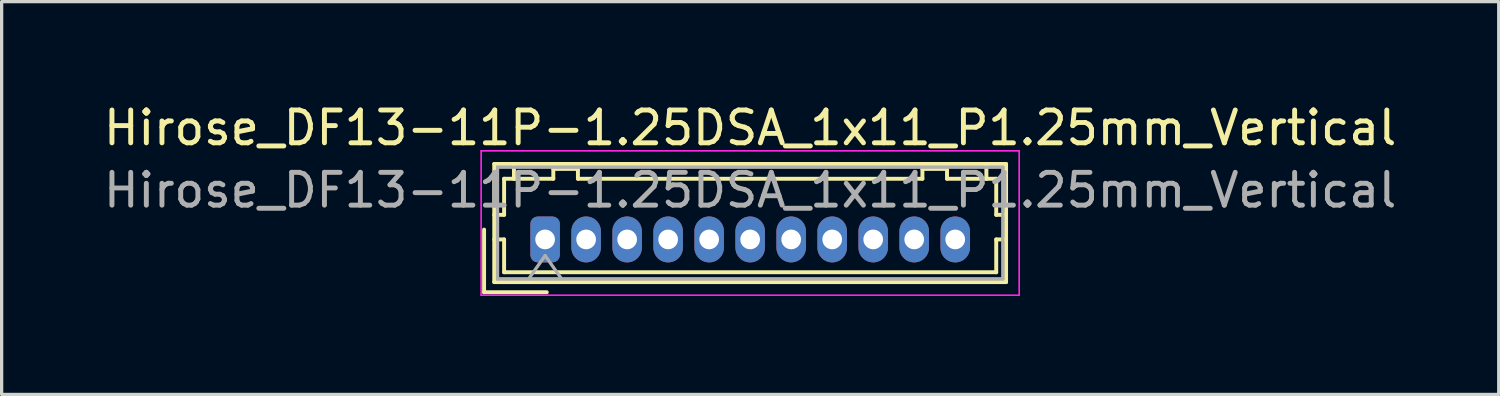
<source format=kicad_pcb>
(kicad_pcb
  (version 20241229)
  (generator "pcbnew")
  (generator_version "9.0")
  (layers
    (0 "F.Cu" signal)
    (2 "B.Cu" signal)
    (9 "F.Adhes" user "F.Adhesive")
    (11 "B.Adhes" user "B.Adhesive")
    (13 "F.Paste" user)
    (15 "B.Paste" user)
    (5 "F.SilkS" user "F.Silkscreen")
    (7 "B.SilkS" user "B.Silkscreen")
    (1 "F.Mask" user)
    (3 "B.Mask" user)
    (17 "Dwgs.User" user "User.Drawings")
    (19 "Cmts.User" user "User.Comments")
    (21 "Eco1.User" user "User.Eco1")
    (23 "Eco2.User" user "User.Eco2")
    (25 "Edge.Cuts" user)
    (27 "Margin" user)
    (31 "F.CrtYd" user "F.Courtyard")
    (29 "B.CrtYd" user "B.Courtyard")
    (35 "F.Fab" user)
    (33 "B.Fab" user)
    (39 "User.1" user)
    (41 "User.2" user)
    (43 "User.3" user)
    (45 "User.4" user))
  (footprint "Hirose_DF13-11P-1.25DSA_1x11_P1.25mm_Vertical"
    (layer "F.Cu")
    (at 13.565 4.248)
    (property "Reference" "Hirose_DF13-11P-1.25DSA_1x11_P1.25mm_Vertical" (at 6.25 -3.4 0) (layer "F.SilkS") (effects (font (size 1 1) (thickness 0.15))))
    (attr through_hole)
    (fp_line (start -1.86 -0.3) (end -1.86 1.61) (stroke (width 0.12) (type solid)) (layer "F.SilkS"))
    (fp_line (start -1.86 1.61) (end 0.05 1.61) (stroke (width 0.12) (type solid)) (layer "F.SilkS"))
    (fp_line (start -1.55 -2.3) (end -1.55 1.3) (stroke (width 0.12) (type solid)) (layer "F.SilkS"))
    (fp_line (start -1.55 -0.75) (end -1.25 -0.75) (stroke (width 0.12) (type solid)) (layer "F.SilkS"))
    (fp_line (start -1.55 0) (end -1.25 0) (stroke (width 0.12) (type solid)) (layer "F.SilkS"))
    (fp_line (start -1.55 1.3) (end 14.05 1.3) (stroke (width 0.12) (type solid)) (layer "F.SilkS"))
    (fp_line (start -1.25 -1.85) (end -0.95 -1.85) (stroke (width 0.12) (type solid)) (layer "F.SilkS"))
    (fp_line (start -1.25 -0.75) (end -1.25 -1.85) (stroke (width 0.12) (type solid)) (layer "F.SilkS"))
    (fp_line (start -1.25 0) (end -1.25 1) (stroke (width 0.12) (type solid)) (layer "F.SilkS"))
    (fp_line (start -1.25 1) (end 13.75 1) (stroke (width 0.12) (type solid)) (layer "F.SilkS"))
    (fp_line (start -0.95 -1.85) (end -0.95 -2.3) (stroke (width 0.12) (type solid)) (layer "F.SilkS"))
    (fp_line (start -0.95 -1.85) (end 0.25 -1.85) (stroke (width 0.12) (type solid)) (layer "F.SilkS"))
    (fp_line (start 0.25 -2.15) (end 1 -2.15) (stroke (width 0.12) (type solid)) (layer "F.SilkS"))
    (fp_line (start 0.25 -1.85) (end 0.25 -2.15) (stroke (width 0.12) (type solid)) (layer "F.SilkS"))
    (fp_line (start 1 -2.15) (end 1 -1.85) (stroke (width 0.12) (type solid)) (layer "F.SilkS"))
    (fp_line (start 1 -1.85) (end 11.5 -1.85) (stroke (width 0.12) (type solid)) (layer "F.SilkS"))
    (fp_line (start 11.5 -2.15) (end 12.25 -2.15) (stroke (width 0.12) (type solid)) (layer "F.SilkS"))
    (fp_line (start 11.5 -1.85) (end 11.5 -2.15) (stroke (width 0.12) (type solid)) (layer "F.SilkS"))
    (fp_line (start 12.25 -2.15) (end 12.25 -1.85) (stroke (width 0.12) (type solid)) (layer "F.SilkS"))
    (fp_line (start 12.25 -1.85) (end 13.45 -1.85) (stroke (width 0.12) (type solid)) (layer "F.SilkS"))
    (fp_line (start 13.45 -1.85) (end 13.45 -2.3) (stroke (width 0.12) (type solid)) (layer "F.SilkS"))
    (fp_line (start 13.75 -1.85) (end 13.45 -1.85) (stroke (width 0.12) (type solid)) (layer "F.SilkS"))
    (fp_line (start 13.75 -0.75) (end 13.75 -1.85) (stroke (width 0.12) (type solid)) (layer "F.SilkS"))
    (fp_line (start 13.75 0) (end 14.05 0) (stroke (width 0.12) (type solid)) (layer "F.SilkS"))
    (fp_line (start 13.75 1) (end 13.75 0) (stroke (width 0.12) (type solid)) (layer "F.SilkS"))
    (fp_line (start 14.05 -2.3) (end -1.55 -2.3) (stroke (width 0.12) (type solid)) (layer "F.SilkS"))
    (fp_line (start 14.05 -0.75) (end 13.75 -0.75) (stroke (width 0.12) (type solid)) (layer "F.SilkS"))
    (fp_line (start 14.05 1.3) (end 14.05 -2.3) (stroke (width 0.12) (type solid)) (layer "F.SilkS"))
    (fp_line (start -1.95 -2.7) (end -1.95 1.7) (stroke (width 0.05) (type solid)) (layer "F.CrtYd"))
    (fp_line (start -1.95 1.7) (end 14.45 1.7) (stroke (width 0.05) (type solid)) (layer "F.CrtYd"))
    (fp_line (start 14.45 -2.7) (end -1.95 -2.7) (stroke (width 0.05) (type solid)) (layer "F.CrtYd"))
    (fp_line (start 14.45 1.7) (end 14.45 -2.7) (stroke (width 0.05) (type solid)) (layer "F.CrtYd"))
    (fp_line (start -1.45 -2.2) (end -1.45 1.2) (stroke (width 0.1) (type solid)) (layer "F.Fab"))
    (fp_line (start -1.45 1.2) (end 13.95 1.2) (stroke (width 0.1) (type solid)) (layer "F.Fab"))
    (fp_line (start -0.5 1.2) (end 0 0.493) (stroke (width 0.1) (type solid)) (layer "F.Fab"))
    (fp_line (start 0 0.493) (end 0.5 1.2) (stroke (width 0.1) (type solid)) (layer "F.Fab"))
    (fp_line (start 13.95 -2.2) (end -1.45 -2.2) (stroke (width 0.1) (type solid)) (layer "F.Fab"))
    (fp_line (start 13.95 1.2) (end 13.95 -2.2) (stroke (width 0.1) (type solid)) (layer "F.Fab"))
    (fp_text user "${REFERENCE}" (at 6.25 -1.5 0) (layer "F.Fab") (effects (font (size 1 1) (thickness 0.15))))
    (pad "1" thru_hole roundrect (at 0 0) (size 0.9 1.4) (drill 0.6) (layers "*.Cu" "*.Mask") (roundrect_rratio 0.25))
    (pad "2" thru_hole oval (at 1.25 0) (size 0.9 1.4) (drill 0.6) (layers "*.Cu" "*.Mask"))
    (pad "3" thru_hole oval (at 2.5 0) (size 0.9 1.4) (drill 0.6) (layers "*.Cu" "*.Mask"))
    (pad "4" thru_hole oval (at 3.75 0) (size 0.9 1.4) (drill 0.6) (layers "*.Cu" "*.Mask"))
    (pad "5" thru_hole oval (at 5 0) (size 0.9 1.4) (drill 0.6) (layers "*.Cu" "*.Mask"))
    (pad "6" thru_hole oval (at 6.25 0) (size 0.9 1.4) (drill 0.6) (layers "*.Cu" "*.Mask"))
    (pad "7" thru_hole oval (at 7.5 0) (size 0.9 1.4) (drill 0.6) (layers "*.Cu" "*.Mask"))
    (pad "8" thru_hole oval (at 8.75 0) (size 0.9 1.4) (drill 0.6) (layers "*.Cu" "*.Mask"))
    (pad "9" thru_hole oval (at 10 0) (size 0.9 1.4) (drill 0.6) (layers "*.Cu" "*.Mask"))
    (pad "10" thru_hole oval (at 11.25 0) (size 0.9 1.4) (drill 0.6) (layers "*.Cu" "*.Mask"))
    (pad "11" thru_hole oval (at 12.5 0) (size 0.9 1.4) (drill 0.6) (layers "*.Cu" "*.Mask")))
  (gr_rect
    (start -3 -3)
    (end 42.631 8.973)
    (stroke (width 0.1) (type default))
    (fill no)
    (layer "Edge.Cuts")))
</source>
